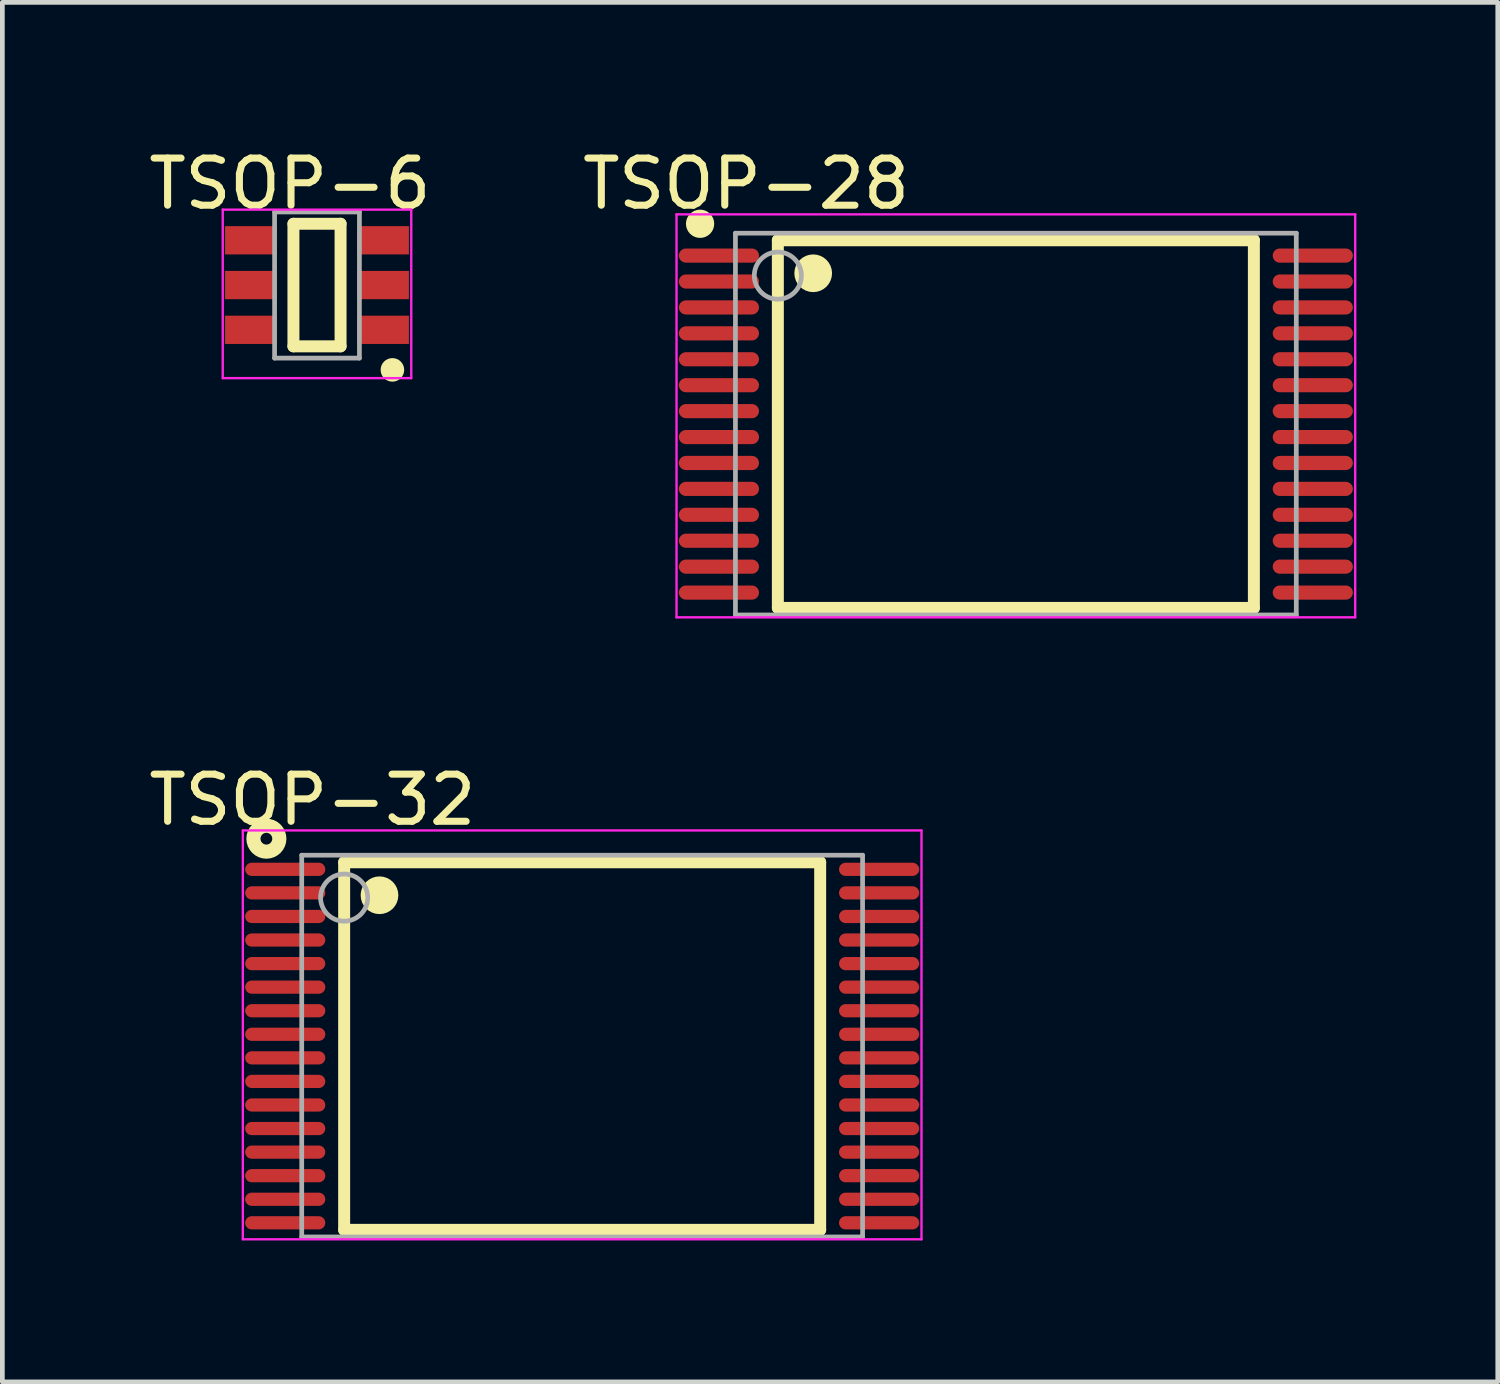
<source format=kicad_pcb>
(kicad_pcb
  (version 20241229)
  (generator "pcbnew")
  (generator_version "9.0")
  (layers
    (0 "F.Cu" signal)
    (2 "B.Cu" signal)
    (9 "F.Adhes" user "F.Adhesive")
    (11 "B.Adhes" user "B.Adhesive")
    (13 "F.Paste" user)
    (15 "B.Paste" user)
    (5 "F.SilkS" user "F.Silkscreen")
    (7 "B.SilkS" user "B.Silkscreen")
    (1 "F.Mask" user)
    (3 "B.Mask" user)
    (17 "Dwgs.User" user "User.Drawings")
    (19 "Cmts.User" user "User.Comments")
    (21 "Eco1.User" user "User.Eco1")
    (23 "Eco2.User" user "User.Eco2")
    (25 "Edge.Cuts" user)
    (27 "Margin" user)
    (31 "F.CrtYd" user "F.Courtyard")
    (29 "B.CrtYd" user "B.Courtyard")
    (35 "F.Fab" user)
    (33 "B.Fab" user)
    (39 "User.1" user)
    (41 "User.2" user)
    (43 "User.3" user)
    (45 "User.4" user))
  (footprint "TSOP-28"
    (layer "F.Cu")
    (at 18.504 5.948)
    (property "Reference" "TSOP-28" (at -5.724 -5.099 0) (layer "F.SilkS") (effects (font (size 1 1) (thickness 0.15))))
    (attr through_hole)
    (fp_line (start -5.05 -3.9) (end 5.05 -3.9) (stroke (width 0.254) (type solid)) (layer "F.SilkS"))
    (fp_line (start -5.05 3.9) (end -5.05 -3.9) (stroke (width 0.254) (type solid)) (layer "F.SilkS"))
    (fp_line (start -5.05 3.9) (end 5.05 3.9) (stroke (width 0.254) (type solid)) (layer "F.SilkS"))
    (fp_line (start 5.05 3.9) (end 5.05 -3.9) (stroke (width 0.254) (type solid)) (layer "F.SilkS"))
    (fp_circle (center -6.7 -4.25) (end -6.55 -4.25) (stroke (width 0.3) (type solid)) (fill no) (layer "F.SilkS"))
    (fp_circle (center -4.3 -3.2) (end -4.1 -3.2) (stroke (width 0.4) (type solid)) (fill no) (layer "F.SilkS"))
    (fp_line (start -7.2 -4.45) (end 7.2 -4.45) (stroke (width 0.05) (type solid)) (layer "F.CrtYd"))
    (fp_line (start -7.2 4.1) (end -7.2 -4.45) (stroke (width 0.05) (type solid)) (layer "F.CrtYd"))
    (fp_line (start 7.2 -4.45) (end 7.2 4.1) (stroke (width 0.05) (type solid)) (layer "F.CrtYd"))
    (fp_line (start 7.2 4.1) (end -7.2 4.1) (stroke (width 0.05) (type solid)) (layer "F.CrtYd"))
    (fp_line (start -5.95 -4.05) (end 5.95 -4.05) (stroke (width 0.1) (type solid)) (layer "F.Fab"))
    (fp_line (start -5.95 4.05) (end -5.95 -4.05) (stroke (width 0.1) (type solid)) (layer "F.Fab"))
    (fp_line (start -5.95 4.05) (end 5.95 4.05) (stroke (width 0.1) (type solid)) (layer "F.Fab"))
    (fp_line (start 5.95 4.05) (end 5.95 -4.05) (stroke (width 0.1) (type solid)) (layer "F.Fab"))
    (fp_circle (center -5.05 -3.15) (end -4.55 -3.15) (stroke (width 0.1) (type solid)) (fill no) (layer "F.Fab"))
    (pad "1" smd oval (at -6.3 -3.575 90) (size 0.3 1.7) (layers "F.Cu" "F.Mask" "F.Paste"))
    (pad "2" smd oval (at -6.3 -3.025 90) (size 0.3 1.7) (layers "F.Cu" "F.Mask" "F.Paste"))
    (pad "3" smd oval (at -6.3 -2.475 90) (size 0.3 1.7) (layers "F.Cu" "F.Mask" "F.Paste"))
    (pad "4" smd oval (at -6.3 -1.925 90) (size 0.3 1.7) (layers "F.Cu" "F.Mask" "F.Paste"))
    (pad "5" smd oval (at -6.3 -1.375 90) (size 0.3 1.7) (layers "F.Cu" "F.Mask" "F.Paste"))
    (pad "6" smd oval (at -6.3 -0.825 90) (size 0.3 1.7) (layers "F.Cu" "F.Mask" "F.Paste"))
    (pad "7" smd oval (at -6.3 -0.275 90) (size 0.3 1.7) (layers "F.Cu" "F.Mask" "F.Paste"))
    (pad "8" smd oval (at -6.3 0.275 90) (size 0.3 1.7) (layers "F.Cu" "F.Mask" "F.Paste"))
    (pad "9" smd oval (at -6.3 0.825 90) (size 0.3 1.7) (layers "F.Cu" "F.Mask" "F.Paste"))
    (pad "10" smd oval (at -6.3 1.375 90) (size 0.3 1.7) (layers "F.Cu" "F.Mask" "F.Paste"))
    (pad "11" smd oval (at -6.3 1.925 90) (size 0.3 1.7) (layers "F.Cu" "F.Mask" "F.Paste"))
    (pad "12" smd oval (at -6.3 2.475 90) (size 0.3 1.7) (layers "F.Cu" "F.Mask" "F.Paste"))
    (pad "13" smd oval (at -6.3 3.025 90) (size 0.3 1.7) (layers "F.Cu" "F.Mask" "F.Paste"))
    (pad "14" smd oval (at -6.3 3.575 90) (size 0.3 1.7) (layers "F.Cu" "F.Mask" "F.Paste"))
    (pad "15" smd oval (at 6.3 3.575 90) (size 0.3 1.7) (layers "F.Cu" "F.Mask" "F.Paste"))
    (pad "16" smd oval (at 6.3 3.025 90) (size 0.3 1.7) (layers "F.Cu" "F.Mask" "F.Paste"))
    (pad "17" smd oval (at 6.3 2.475 90) (size 0.3 1.7) (layers "F.Cu" "F.Mask" "F.Paste"))
    (pad "18" smd oval (at 6.3 1.925 90) (size 0.3 1.7) (layers "F.Cu" "F.Mask" "F.Paste"))
    (pad "19" smd oval (at 6.3 1.375 90) (size 0.3 1.7) (layers "F.Cu" "F.Mask" "F.Paste"))
    (pad "20" smd oval (at 6.3 0.825 90) (size 0.3 1.7) (layers "F.Cu" "F.Mask" "F.Paste"))
    (pad "21" smd oval (at 6.3 0.275 90) (size 0.3 1.7) (layers "F.Cu" "F.Mask" "F.Paste"))
    (pad "22" smd oval (at 6.3 -0.275 90) (size 0.3 1.7) (layers "F.Cu" "F.Mask" "F.Paste"))
    (pad "23" smd oval (at 6.3 -0.825 90) (size 0.3 1.7) (layers "F.Cu" "F.Mask" "F.Paste"))
    (pad "24" smd oval (at 6.3 -1.375 90) (size 0.3 1.7) (layers "F.Cu" "F.Mask" "F.Paste"))
    (pad "25" smd oval (at 6.3 -1.925 90) (size 0.3 1.7) (layers "F.Cu" "F.Mask" "F.Paste"))
    (pad "26" smd oval (at 6.3 -2.475 90) (size 0.3 1.7) (layers "F.Cu" "F.Mask" "F.Paste"))
    (pad "27" smd oval (at 6.3 -3.025 90) (size 0.3 1.7) (layers "F.Cu" "F.Mask" "F.Paste"))
    (pad "28" smd oval (at 6.3 -3.575 90) (size 0.3 1.7) (layers "F.Cu" "F.Mask" "F.Paste")))
  (footprint "TSOP-32"
    (layer "F.Cu")
    (at 9.302 19.145)
    (property "Reference" "TSOP-32" (at -5.724 -5.224 0) (layer "F.SilkS") (effects (font (size 1 1) (thickness 0.15))))
    (attr through_hole)
    (fp_line (start -5.05 -3.9) (end 5.05 -3.9) (stroke (width 0.254) (type solid)) (layer "F.SilkS"))
    (fp_line (start -5.05 3.9) (end -5.05 -3.9) (stroke (width 0.254) (type solid)) (layer "F.SilkS"))
    (fp_line (start -5.05 3.9) (end 5.05 3.9) (stroke (width 0.254) (type solid)) (layer "F.SilkS"))
    (fp_line (start 5.05 3.9) (end 5.05 -3.9) (stroke (width 0.254) (type solid)) (layer "F.SilkS"))
    (fp_circle (center -6.7 -4.4) (end -6.575 -4.4) (stroke (width 0.3) (type solid)) (fill no) (layer "F.SilkS"))
    (fp_circle (center -4.3 -3.2) (end -4.1 -3.2) (stroke (width 0.4) (type solid)) (fill no) (layer "F.SilkS"))
    (fp_line (start -7.2 -4.575) (end 7.2 -4.575) (stroke (width 0.05) (type solid)) (layer "F.CrtYd"))
    (fp_line (start -7.2 4.1) (end -7.2 -4.575) (stroke (width 0.05) (type solid)) (layer "F.CrtYd"))
    (fp_line (start 7.2 -4.575) (end 7.2 4.1) (stroke (width 0.05) (type solid)) (layer "F.CrtYd"))
    (fp_line (start 7.2 4.1) (end -7.2 4.1) (stroke (width 0.05) (type solid)) (layer "F.CrtYd"))
    (fp_line (start -5.95 -4.05) (end 5.95 -4.05) (stroke (width 0.1) (type solid)) (layer "F.Fab"))
    (fp_line (start -5.95 4.05) (end -5.95 -4.05) (stroke (width 0.1) (type solid)) (layer "F.Fab"))
    (fp_line (start -5.95 4.05) (end 5.95 4.05) (stroke (width 0.1) (type solid)) (layer "F.Fab"))
    (fp_line (start 5.95 4.05) (end 5.95 -4.05) (stroke (width 0.1) (type solid)) (layer "F.Fab"))
    (fp_circle (center -5.05 -3.15) (end -4.55 -3.15) (stroke (width 0.1) (type solid)) (fill no) (layer "F.Fab"))
    (pad "1" smd oval (at -6.3 -3.75 90) (size 0.28 1.7) (layers "F.Cu" "F.Mask" "F.Paste"))
    (pad "2" smd oval (at -6.3 -3.25 90) (size 0.28 1.7) (layers "F.Cu" "F.Mask" "F.Paste"))
    (pad "3" smd oval (at -6.3 -2.75 90) (size 0.28 1.7) (layers "F.Cu" "F.Mask" "F.Paste"))
    (pad "4" smd oval (at -6.3 -2.25 90) (size 0.28 1.7) (layers "F.Cu" "F.Mask" "F.Paste"))
    (pad "5" smd oval (at -6.3 -1.75 90) (size 0.28 1.7) (layers "F.Cu" "F.Mask" "F.Paste"))
    (pad "6" smd oval (at -6.3 -1.25 90) (size 0.28 1.7) (layers "F.Cu" "F.Mask" "F.Paste"))
    (pad "7" smd oval (at -6.3 -0.75 90) (size 0.28 1.7) (layers "F.Cu" "F.Mask" "F.Paste"))
    (pad "8" smd oval (at -6.3 -0.25 90) (size 0.28 1.7) (layers "F.Cu" "F.Mask" "F.Paste"))
    (pad "9" smd oval (at -6.3 0.25 90) (size 0.28 1.7) (layers "F.Cu" "F.Mask" "F.Paste"))
    (pad "10" smd oval (at -6.3 0.75 90) (size 0.28 1.7) (layers "F.Cu" "F.Mask" "F.Paste"))
    (pad "11" smd oval (at -6.3 1.25 90) (size 0.28 1.7) (layers "F.Cu" "F.Mask" "F.Paste"))
    (pad "12" smd oval (at -6.3 1.75 90) (size 0.28 1.7) (layers "F.Cu" "F.Mask" "F.Paste"))
    (pad "13" smd oval (at -6.3 2.25 90) (size 0.28 1.7) (layers "F.Cu" "F.Mask" "F.Paste"))
    (pad "14" smd oval (at -6.3 2.75 90) (size 0.28 1.7) (layers "F.Cu" "F.Mask" "F.Paste"))
    (pad "15" smd oval (at -6.3 3.25 90) (size 0.28 1.7) (layers "F.Cu" "F.Mask" "F.Paste"))
    (pad "16" smd oval (at -6.3 3.75 90) (size 0.28 1.7) (layers "F.Cu" "F.Mask" "F.Paste"))
    (pad "17" smd oval (at 6.3 3.75 90) (size 0.28 1.7) (layers "F.Cu" "F.Mask" "F.Paste"))
    (pad "18" smd oval (at 6.3 3.25 90) (size 0.28 1.7) (layers "F.Cu" "F.Mask" "F.Paste"))
    (pad "19" smd oval (at 6.3 2.75 90) (size 0.28 1.7) (layers "F.Cu" "F.Mask" "F.Paste"))
    (pad "20" smd oval (at 6.3 2.25 90) (size 0.28 1.7) (layers "F.Cu" "F.Mask" "F.Paste"))
    (pad "21" smd oval (at 6.3 1.75 90) (size 0.28 1.7) (layers "F.Cu" "F.Mask" "F.Paste"))
    (pad "22" smd oval (at 6.3 1.25 90) (size 0.28 1.7) (layers "F.Cu" "F.Mask" "F.Paste"))
    (pad "23" smd oval (at 6.3 0.75 90) (size 0.28 1.7) (layers "F.Cu" "F.Mask" "F.Paste"))
    (pad "24" smd oval (at 6.3 0.25 90) (size 0.28 1.7) (layers "F.Cu" "F.Mask" "F.Paste"))
    (pad "25" smd oval (at 6.3 -0.25 90) (size 0.28 1.7) (layers "F.Cu" "F.Mask" "F.Paste"))
    (pad "26" smd oval (at 6.3 -0.75 90) (size 0.28 1.7) (layers "F.Cu" "F.Mask" "F.Paste"))
    (pad "27" smd oval (at 6.3 -1.25 90) (size 0.28 1.7) (layers "F.Cu" "F.Mask" "F.Paste"))
    (pad "28" smd oval (at 6.3 -1.75 90) (size 0.28 1.7) (layers "F.Cu" "F.Mask" "F.Paste"))
    (pad "29" smd oval (at 6.3 -2.25 90) (size 0.28 1.7) (layers "F.Cu" "F.Mask" "F.Paste"))
    (pad "30" smd oval (at 6.3 -2.75 90) (size 0.28 1.7) (layers "F.Cu" "F.Mask" "F.Paste"))
    (pad "31" smd oval (at 6.3 -3.25 90) (size 0.28 1.7) (layers "F.Cu" "F.Mask" "F.Paste"))
    (pad "32" smd oval (at 6.3 -3.75 90) (size 0.28 1.7) (layers "F.Cu" "F.Mask" "F.Paste")))
  (footprint "TSOP-6"
    (layer "F.Cu")
    (at 3.676 2.998)
    (property "Reference" "TSOP-6" (at -0.575 -2.149 0) (layer "F.SilkS") (effects (font (size 1 1) (thickness 0.15))))
    (attr through_hole)
    (fp_line (start -0.5 -1.3) (end 0.5 -1.3) (stroke (width 0.254) (type solid)) (layer "F.SilkS"))
    (fp_line (start -0.5 1.3) (end -0.5 -1.3) (stroke (width 0.254) (type solid)) (layer "F.SilkS"))
    (fp_line (start -0.5 1.3) (end 0.5 1.3) (stroke (width 0.254) (type solid)) (layer "F.SilkS"))
    (fp_line (start 0.5 1.3) (end 0.5 -1.3) (stroke (width 0.254) (type solid)) (layer "F.SilkS"))
    (fp_circle (center 1.6 1.8) (end 1.725 1.8) (stroke (width 0.25) (type solid)) (fill no) (layer "F.SilkS"))
    (fp_line (start -2 -1.6) (end 2 -1.6) (stroke (width 0.05) (type solid)) (layer "F.CrtYd"))
    (fp_line (start -2 1.975) (end -2 -1.6) (stroke (width 0.05) (type solid)) (layer "F.CrtYd"))
    (fp_line (start 2 -1.6) (end 2 1.975) (stroke (width 0.05) (type solid)) (layer "F.CrtYd"))
    (fp_line (start 2 1.975) (end -2 1.975) (stroke (width 0.05) (type solid)) (layer "F.CrtYd"))
    (fp_line (start -0.9 -1.55) (end 0.9 -1.55) (stroke (width 0.1) (type solid)) (layer "F.Fab"))
    (fp_line (start -0.9 1.55) (end -0.9 -1.55) (stroke (width 0.1) (type solid)) (layer "F.Fab"))
    (fp_line (start -0.9 1.55) (end 0.9 1.55) (stroke (width 0.1) (type solid)) (layer "F.Fab"))
    (fp_line (start 0.9 1.55) (end 0.9 -1.55) (stroke (width 0.1) (type solid)) (layer "F.Fab"))
    (pad "1" smd rect (at 1.4 0.95 270) (size 0.6 1.1) (layers "F.Cu" "F.Mask" "F.Paste"))
    (pad "2" smd rect (at 1.4 0 270) (size 0.6 1.1) (layers "F.Cu" "F.Mask" "F.Paste"))
    (pad "3" smd rect (at 1.4 -0.95 270) (size 0.6 1.1) (layers "F.Cu" "F.Mask" "F.Paste"))
    (pad "4" smd rect (at -1.4 -0.95 270) (size 0.6 1.1) (layers "F.Cu" "F.Mask" "F.Paste"))
    (pad "5" smd rect (at -1.4 0 270) (size 0.6 1.1) (layers "F.Cu" "F.Mask" "F.Paste"))
    (pad "6" smd rect (at -1.4 0.95 270) (size 0.6 1.1) (layers "F.Cu" "F.Mask" "F.Paste")))
  (gr_rect
    (start -3 -3)
    (end 28.729 26.27)
    (stroke (width 0.1) (type default))
    (fill no)
    (layer "Edge.Cuts")))
</source>
